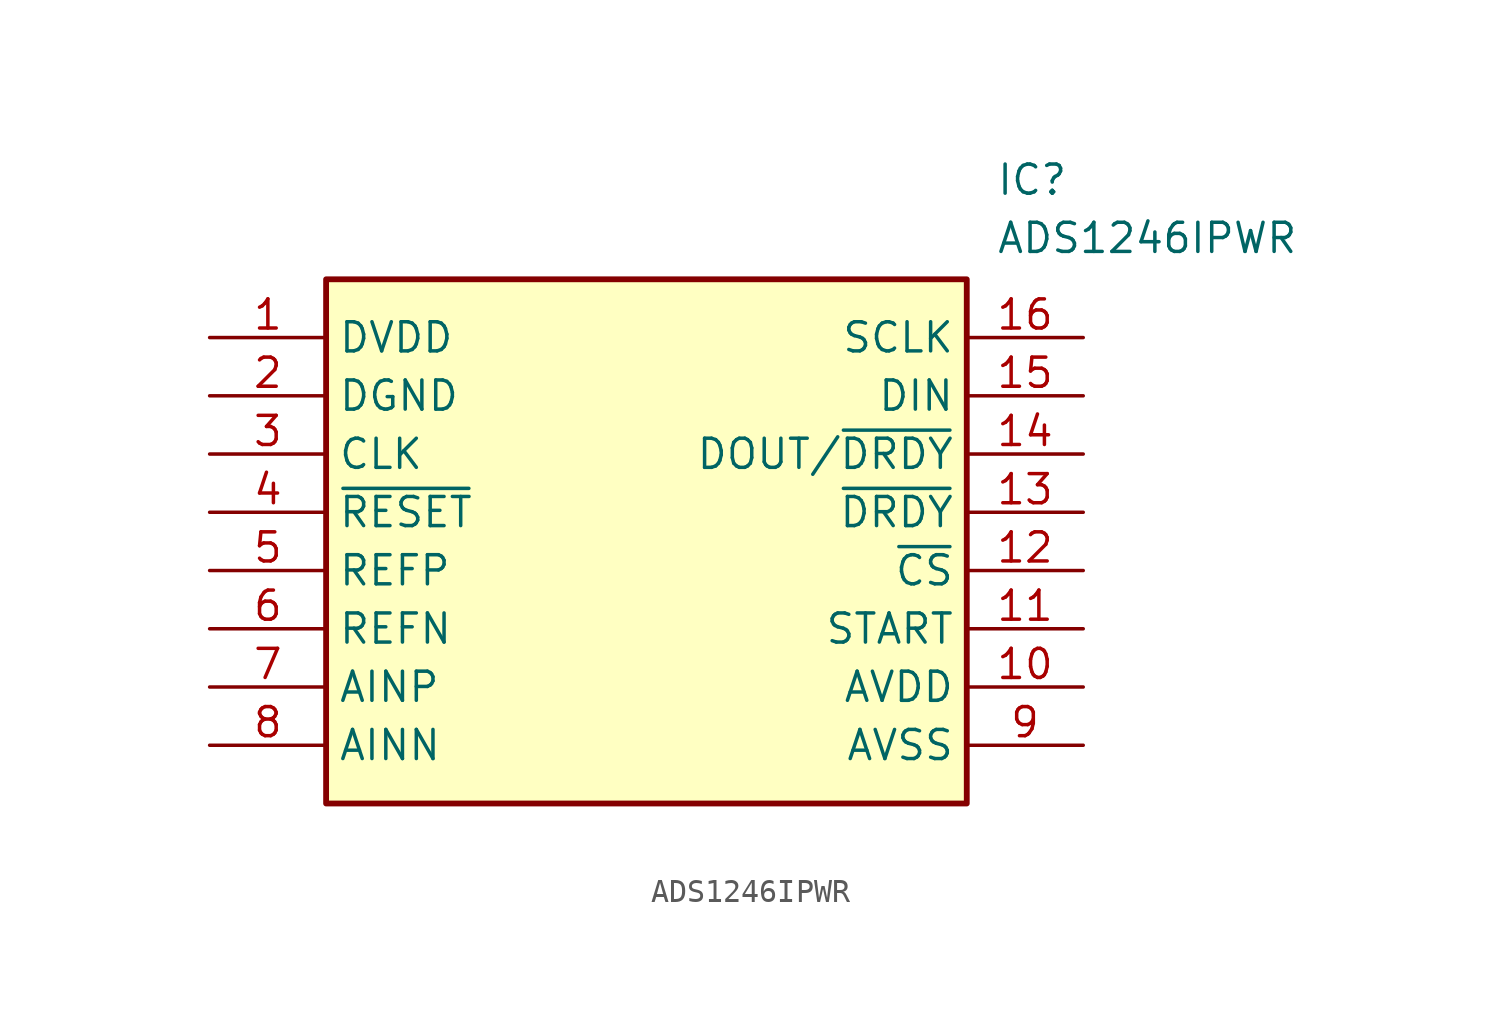
<source format=kicad_sym>
(kicad_symbol_lib
  (version 20211014)
  (generator SamacSys_ECAD_Model)
  (symbol "ADS1246IPWR"
    (property "Reference" "IC"
      (at 34.29 7.62 0)
      (effects (font (size 1.27 1.27)) (justify left top)))
    (property "Value" "ADS1246IPWR"
      (at 34.29 5.08 0)
      (effects (font (size 1.27 1.27)) (justify left top)))
    (rectangle
      (start 5.08 2.54)
      (end 33.02 -20.32)
      (stroke (width 0.254) (type default))
      (fill (type background)))
    (pin passive line
      (at 0 0 0)
      (length 5.08)
      (name "DVDD" (effects (font (size 1.27 1.27))))
      (number "1" (effects (font (size 1.27 1.27)))))
    (pin passive line
      (at 0 -2.54 0)
      (length 5.08)
      (name "DGND" (effects (font (size 1.27 1.27))))
      (number "2" (effects (font (size 1.27 1.27)))))
    (pin passive line
      (at 0 -5.08 0)
      (length 5.08)
      (name "CLK" (effects (font (size 1.27 1.27))))
      (number "3" (effects (font (size 1.27 1.27)))))
    (pin passive line
      (at 0 -7.62 0)
      (length 5.08)
      (name "~{RESET}" (effects (font (size 1.27 1.27))))
      (number "4" (effects (font (size 1.27 1.27)))))
    (pin passive line
      (at 0 -10.16 0)
      (length 5.08)
      (name "REFP" (effects (font (size 1.27 1.27))))
      (number "5" (effects (font (size 1.27 1.27)))))
    (pin passive line
      (at 0 -12.7 0)
      (length 5.08)
      (name "REFN" (effects (font (size 1.27 1.27))))
      (number "6" (effects (font (size 1.27 1.27)))))
    (pin passive line
      (at 0 -15.24 0)
      (length 5.08)
      (name "AINP" (effects (font (size 1.27 1.27))))
      (number "7" (effects (font (size 1.27 1.27)))))
    (pin passive line
      (at 0 -17.78 0)
      (length 5.08)
      (name "AINN" (effects (font (size 1.27 1.27))))
      (number "8" (effects (font (size 1.27 1.27)))))
    (pin passive line
      (at 38.1 0 180)
      (length 5.08)
      (name "SCLK" (effects (font (size 1.27 1.27))))
      (number "16" (effects (font (size 1.27 1.27)))))
    (pin passive line
      (at 38.1 -2.54 180)
      (length 5.08)
      (name "DIN" (effects (font (size 1.27 1.27))))
      (number "15" (effects (font (size 1.27 1.27)))))
    (pin passive line
      (at 38.1 -5.08 180)
      (length 5.08)
      (name "DOUT/~{DRDY}" (effects (font (size 1.27 1.27))))
      (number "14" (effects (font (size 1.27 1.27)))))
    (pin passive line
      (at 38.1 -7.62 180)
      (length 5.08)
      (name "~{DRDY}" (effects (font (size 1.27 1.27))))
      (number "13" (effects (font (size 1.27 1.27)))))
    (pin passive line
      (at 38.1 -10.16 180)
      (length 5.08)
      (name "~{CS}" (effects (font (size 1.27 1.27))))
      (number "12" (effects (font (size 1.27 1.27)))))
    (pin passive line
      (at 38.1 -12.7 180)
      (length 5.08)
      (name "START" (effects (font (size 1.27 1.27))))
      (number "11" (effects (font (size 1.27 1.27)))))
    (pin passive line
      (at 38.1 -15.24 180)
      (length 5.08)
      (name "AVDD" (effects (font (size 1.27 1.27))))
      (number "10" (effects (font (size 1.27 1.27)))))
    (pin passive line
      (at 38.1 -17.78 180)
      (length 5.08)
      (name "AVSS" (effects (font (size 1.27 1.27))))
      (number "9" (effects (font (size 1.27 1.27)))))))
</source>
